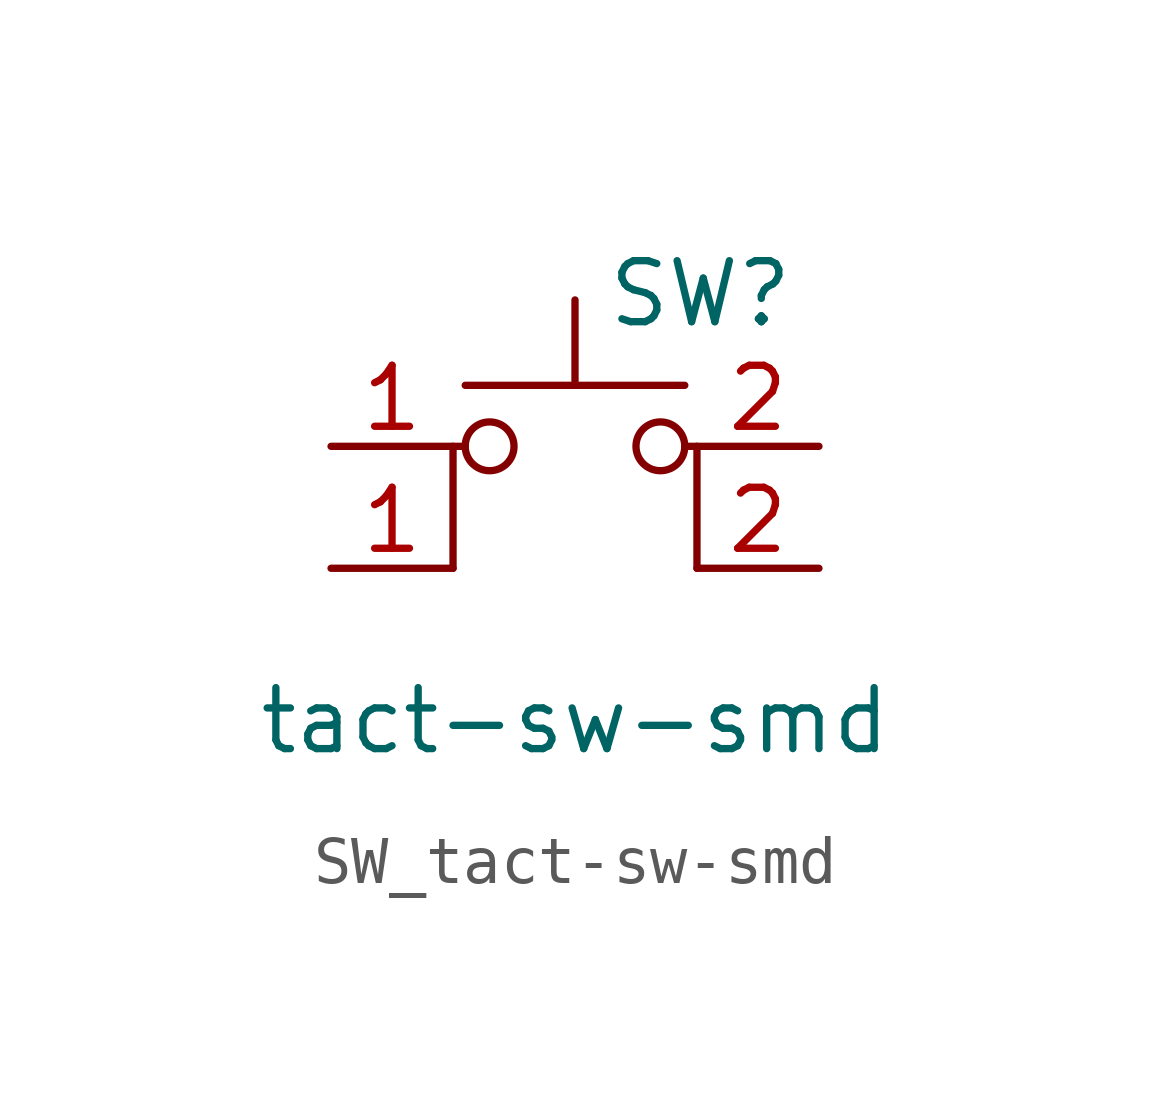
<source format=kicad_sym>
(kicad_symbol_lib
  (version 20220914)
  (generator kicad_symbol_editor)
  (symbol "SW_tact-sw-smd"
    (pin_names
      (offset 1.016) hide)
    (property "Reference" "SW"
      (at 0.635 5.715 0)
      (effects (font (size 1.27 1.27)) (justify left)))
    (property "Value" "tact-sw-smd"
      (at 0 -3.175 0)
      (effects (font (size 1.27 1.27))))
    (symbol "SW_tact-sw-smd_0_1"
      (circle (center -1.778 2.54) (radius 0.508) (stroke (width 0) (type default)) (fill (type none)))
      (polyline (pts (xy -2.286 3.81) (xy 2.286 3.81)) (stroke (width 0) (type default)) (fill (type none)))
      (polyline (pts (xy 0 3.81) (xy 0 5.588)) (stroke (width 0) (type default)) (fill (type none)))
      (polyline (pts (xy -2.54 0) (xy -2.54 2.54) (xy -2.286 2.54)) (stroke (width 0) (type default)) (fill (type none)))
      (polyline (pts (xy 2.54 0) (xy 2.54 2.54) (xy 2.286 2.54)) (stroke (width 0) (type default)) (fill (type none)))
      (circle (center 1.778 2.54) (radius 0.508) (stroke (width 0) (type default)) (fill (type none)))
      (pin passive line (at -5.08 0 0) (length 2.54) (name "1" (effects (font (size 1.27 1.27)))) (number "1" (effects (font (size 1.27 1.27)))))
      (pin passive line (at -5.08 2.54 0) (length 2.54) (name "1" (effects (font (size 1.27 1.27)))) (number "1" (effects (font (size 1.27 1.27)))))
      (pin passive line (at 5.08 0 180) (length 2.54) (name "2" (effects (font (size 1.27 1.27)))) (number "2" (effects (font (size 1.27 1.27)))))
      (pin passive line (at 5.08 2.54 180) (length 2.54) (name "2" (effects (font (size 1.27 1.27)))) (number "2" (effects (font (size 1.27 1.27))))))))
</source>
